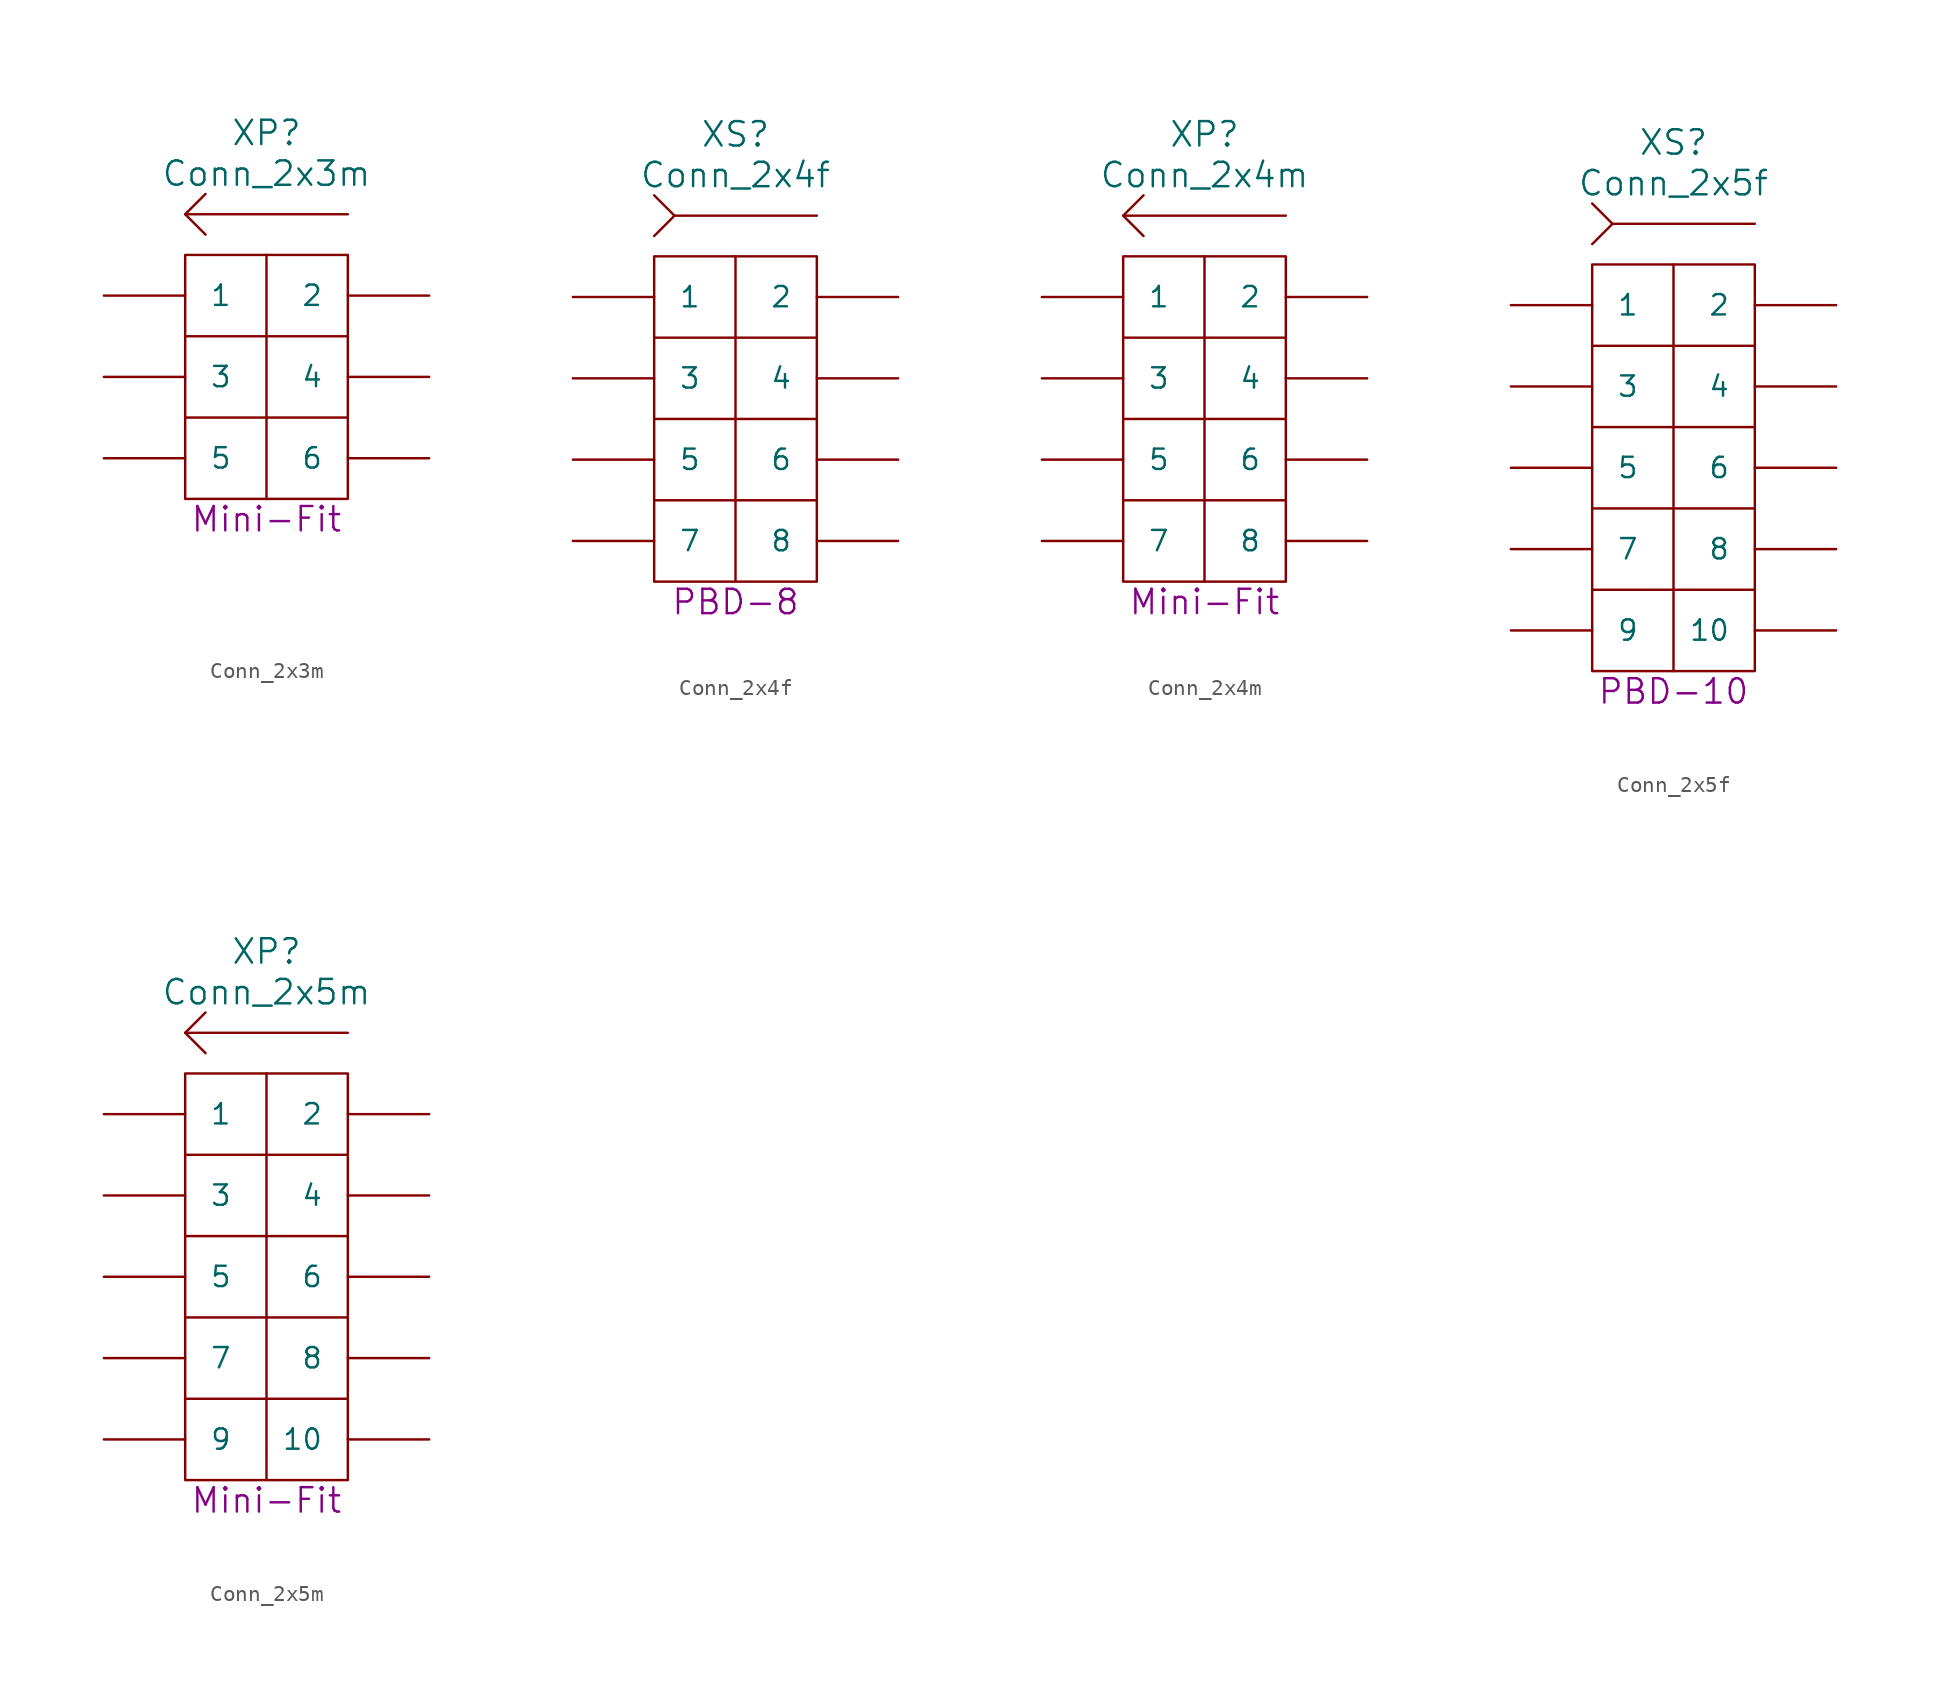
<source format=kicad_sym>
(kicad_symbol_lib
  (version 20220914)
  (generator kicad_symbol_editor)
  (symbol "Conn_2x3m"
    (pin_numbers hide)
    (pin_names
      (offset 1.524))
    (property "Reference" "XP"
      (at 0 15.24 0)
      (do_not_autoplace)
      (effects (font (size 1.524 1.524))))
    (property "Value" "Conn_2x3m"
      (at 0 12.7 0)
      (do_not_autoplace)
      (effects (font (size 1.524 1.524))))
    (property "Datasheet" ""
      (at 0 -13.97 0)
      (effects (font (size 1.524 1.524))))
    (property "Type" "Mini-Fit"
      (at 0 -8.89 0)
      (do_not_autoplace)
      (effects (font (size 1.524 1.524))))
    (symbol "Conn_2x3m_0_0"
      (polyline (pts (xy 5.08 -2.54) (xy -5.08 -2.54)) (stroke (width 0) (type solid)) (fill (type none)))
      (polyline (pts (xy 5.08 2.54) (xy -5.08 2.54)) (stroke (width 0) (type solid)) (fill (type none)))
      (rectangle (start 5.08 7.62) (end -5.08 -7.62) (stroke (width 0) (type solid)) (fill (type none))))
    (symbol "Conn_2x3m_0_1"
      (polyline (pts (xy 0 7.62) (xy 0 -7.62)) (stroke (width 0) (type solid)) (fill (type none)))
      (polyline (pts (xy 5.08 10.16) (xy -5.08 10.16)) (stroke (width 0) (type solid)) (fill (type none)))
      (polyline (pts (xy -3.81 8.89) (xy -5.08 10.16) (xy -3.81 11.43)) (stroke (width 0) (type solid)) (fill (type none))))
    (symbol "Conn_2x3m_1_1"
      (pin passive line (at -10.16 5.08 0) (length 5.08) (name "1" (effects (font (size 1.27 1.27)))) (number "1" (effects (font (size 1.27 1.27)))))
      (pin passive line (at 10.16 5.08 180) (length 5.08) (name "2" (effects (font (size 1.27 1.27)))) (number "2" (effects (font (size 1.27 1.27)))))
      (pin passive line (at -10.16 0 0) (length 5.08) (name "3" (effects (font (size 1.27 1.27)))) (number "3" (effects (font (size 1.27 1.27)))))
      (pin passive line (at 10.16 0 180) (length 5.08) (name "4" (effects (font (size 1.27 1.27)))) (number "4" (effects (font (size 1.27 1.27)))))
      (pin passive line (at -10.16 -5.08 0) (length 5.08) (name "5" (effects (font (size 1.27 1.27)))) (number "5" (effects (font (size 1.27 1.27)))))
      (pin passive line (at 10.16 -5.08 180) (length 5.08) (name "6" (effects (font (size 1.27 1.27)))) (number "6" (effects (font (size 1.27 1.27)))))))
  (symbol "Conn_2x4f"
    (pin_numbers hide)
    (pin_names
      (offset 1.524))
    (property "Reference" "XS"
      (at 0 17.78 0)
      (do_not_autoplace)
      (effects (font (size 1.524 1.524))))
    (property "Value" "Conn_2x4f"
      (at 0 15.24 0)
      (do_not_autoplace)
      (effects (font (size 1.524 1.524))))
    (property "Datasheet" ""
      (at 0 -11.43 0)
      (effects (font (size 1.524 1.524))))
    (property "Type" "PBD-8"
      (at 0 -11.43 0)
      (effects (font (size 1.524 1.524))))
    (symbol "Conn_2x4f_0_0"
      (polyline (pts (xy 5.08 -5.08) (xy -5.08 -5.08)) (stroke (width 0) (type solid)) (fill (type none)))
      (polyline (pts (xy 5.08 0) (xy -5.08 0)) (stroke (width 0) (type solid)) (fill (type none)))
      (polyline (pts (xy 5.08 5.08) (xy -5.08 5.08)) (stroke (width 0) (type solid)) (fill (type none)))
      (rectangle (start 5.08 10.16) (end -5.08 -10.16) (stroke (width 0) (type solid)) (fill (type none))))
    (symbol "Conn_2x4f_0_1"
      (polyline (pts (xy 0 10.16) (xy 0 -10.16)) (stroke (width 0) (type solid)) (fill (type none)))
      (polyline (pts (xy 5.08 12.7) (xy -3.81 12.7)) (stroke (width 0) (type solid)) (fill (type none)))
      (polyline (pts (xy -5.08 11.43) (xy -3.81 12.7) (xy -5.08 13.97)) (stroke (width 0) (type solid)) (fill (type none))))
    (symbol "Conn_2x4f_1_1"
      (pin passive line (at -10.16 7.62 0) (length 5.08) (name "1" (effects (font (size 1.27 1.27)))) (number "1" (effects (font (size 1.27 1.27)))))
      (pin passive line (at 10.16 7.62 180) (length 5.08) (name "2" (effects (font (size 1.27 1.27)))) (number "2" (effects (font (size 1.27 1.27)))))
      (pin passive line (at -10.16 2.54 0) (length 5.08) (name "3" (effects (font (size 1.27 1.27)))) (number "3" (effects (font (size 1.27 1.27)))))
      (pin passive line (at 10.16 2.54 180) (length 5.08) (name "4" (effects (font (size 1.27 1.27)))) (number "4" (effects (font (size 1.27 1.27)))))
      (pin passive line (at -10.16 -2.54 0) (length 5.08) (name "5" (effects (font (size 1.27 1.27)))) (number "5" (effects (font (size 1.27 1.27)))))
      (pin passive line (at 10.16 -2.54 180) (length 5.08) (name "6" (effects (font (size 1.27 1.27)))) (number "6" (effects (font (size 1.27 1.27)))))
      (pin passive line (at -10.16 -7.62 0) (length 5.08) (name "7" (effects (font (size 1.27 1.27)))) (number "7" (effects (font (size 1.27 1.27)))))
      (pin passive line (at 10.16 -7.62 180) (length 5.08) (name "8" (effects (font (size 1.27 1.27)))) (number "8" (effects (font (size 1.27 1.27)))))))
  (symbol "Conn_2x4m"
    (pin_numbers hide)
    (pin_names
      (offset 1.524))
    (property "Reference" "XP"
      (at 0 17.78 0)
      (do_not_autoplace)
      (effects (font (size 1.524 1.524))))
    (property "Value" "Conn_2x4m"
      (at 0 15.24 0)
      (do_not_autoplace)
      (effects (font (size 1.524 1.524))))
    (property "Datasheet" ""
      (at 0 -11.43 0)
      (effects (font (size 1.524 1.524))))
    (property "Type" "Mini-Fit"
      (at 0 -11.43 0)
      (do_not_autoplace)
      (effects (font (size 1.524 1.524))))
    (symbol "Conn_2x4m_0_0"
      (polyline (pts (xy 5.08 -5.08) (xy -5.08 -5.08)) (stroke (width 0) (type solid)) (fill (type none)))
      (polyline (pts (xy 5.08 0) (xy -5.08 0)) (stroke (width 0) (type solid)) (fill (type none)))
      (polyline (pts (xy 5.08 5.08) (xy -5.08 5.08)) (stroke (width 0) (type solid)) (fill (type none)))
      (rectangle (start 5.08 10.16) (end -5.08 -10.16) (stroke (width 0) (type solid)) (fill (type none))))
    (symbol "Conn_2x4m_0_1"
      (polyline (pts (xy 0 10.16) (xy 0 -10.16)) (stroke (width 0) (type solid)) (fill (type none)))
      (polyline (pts (xy 5.08 12.7) (xy -5.08 12.7)) (stroke (width 0) (type solid)) (fill (type none)))
      (polyline (pts (xy -3.81 11.43) (xy -5.08 12.7) (xy -3.81 13.97)) (stroke (width 0) (type solid)) (fill (type none))))
    (symbol "Conn_2x4m_1_1"
      (pin passive line (at -10.16 7.62 0) (length 5.08) (name "1" (effects (font (size 1.27 1.27)))) (number "1" (effects (font (size 1.27 1.27)))))
      (pin passive line (at 10.16 7.62 180) (length 5.08) (name "2" (effects (font (size 1.27 1.27)))) (number "2" (effects (font (size 1.27 1.27)))))
      (pin passive line (at -10.16 2.54 0) (length 5.08) (name "3" (effects (font (size 1.27 1.27)))) (number "3" (effects (font (size 1.27 1.27)))))
      (pin passive line (at 10.16 2.54 180) (length 5.08) (name "4" (effects (font (size 1.27 1.27)))) (number "4" (effects (font (size 1.27 1.27)))))
      (pin passive line (at -10.16 -2.54 0) (length 5.08) (name "5" (effects (font (size 1.27 1.27)))) (number "5" (effects (font (size 1.27 1.27)))))
      (pin passive line (at 10.16 -2.54 180) (length 5.08) (name "6" (effects (font (size 1.27 1.27)))) (number "6" (effects (font (size 1.27 1.27)))))
      (pin passive line (at -10.16 -7.62 0) (length 5.08) (name "7" (effects (font (size 1.27 1.27)))) (number "7" (effects (font (size 1.27 1.27)))))
      (pin passive line (at 10.16 -7.62 180) (length 5.08) (name "8" (effects (font (size 1.27 1.27)))) (number "8" (effects (font (size 1.27 1.27)))))))
  (symbol "Conn_2x5f"
    (pin_numbers hide)
    (pin_names
      (offset 1.524))
    (property "Reference" "XS"
      (at 0 20.32 0)
      (do_not_autoplace)
      (effects (font (size 1.524 1.524))))
    (property "Value" "Conn_2x5f"
      (at 0 17.78 0)
      (do_not_autoplace)
      (effects (font (size 1.524 1.524))))
    (property "Datasheet" ""
      (at 0 -13.97 0)
      (effects (font (size 1.524 1.524))))
    (property "Type" "PBD-10"
      (at 0 -13.97 0)
      (effects (font (size 1.524 1.524))))
    (symbol "Conn_2x5f_0_0"
      (polyline (pts (xy 5.08 -7.62) (xy -5.08 -7.62)) (stroke (width 0) (type solid)) (fill (type none)))
      (polyline (pts (xy 5.08 -2.54) (xy -5.08 -2.54)) (stroke (width 0) (type solid)) (fill (type none)))
      (polyline (pts (xy 5.08 2.54) (xy -5.08 2.54)) (stroke (width 0) (type solid)) (fill (type none)))
      (polyline (pts (xy 5.08 7.62) (xy -5.08 7.62)) (stroke (width 0) (type solid)) (fill (type none)))
      (rectangle (start 5.08 12.7) (end -5.08 -12.7) (stroke (width 0) (type solid)) (fill (type none))))
    (symbol "Conn_2x5f_0_1"
      (polyline (pts (xy 0 12.7) (xy 0 -12.7)) (stroke (width 0) (type solid)) (fill (type none)))
      (polyline (pts (xy 5.08 15.24) (xy -3.81 15.24)) (stroke (width 0) (type solid)) (fill (type none)))
      (polyline (pts (xy -5.08 13.97) (xy -3.81 15.24) (xy -5.08 16.51)) (stroke (width 0) (type solid)) (fill (type none))))
    (symbol "Conn_2x5f_1_1"
      (pin passive line (at -10.16 10.16 0) (length 5.08) (name "1" (effects (font (size 1.27 1.27)))) (number "1" (effects (font (size 1.27 1.27)))))
      (pin passive line (at 10.16 -10.16 180) (length 5.08) (name "10" (effects (font (size 1.27 1.27)))) (number "10" (effects (font (size 1.27 1.27)))))
      (pin passive line (at 10.16 10.16 180) (length 5.08) (name "2" (effects (font (size 1.27 1.27)))) (number "2" (effects (font (size 1.27 1.27)))))
      (pin passive line (at -10.16 5.08 0) (length 5.08) (name "3" (effects (font (size 1.27 1.27)))) (number "3" (effects (font (size 1.27 1.27)))))
      (pin passive line (at 10.16 5.08 180) (length 5.08) (name "4" (effects (font (size 1.27 1.27)))) (number "4" (effects (font (size 1.27 1.27)))))
      (pin passive line (at -10.16 0 0) (length 5.08) (name "5" (effects (font (size 1.27 1.27)))) (number "5" (effects (font (size 1.27 1.27)))))
      (pin passive line (at 10.16 0 180) (length 5.08) (name "6" (effects (font (size 1.27 1.27)))) (number "6" (effects (font (size 1.27 1.27)))))
      (pin passive line (at -10.16 -5.08 0) (length 5.08) (name "7" (effects (font (size 1.27 1.27)))) (number "7" (effects (font (size 1.27 1.27)))))
      (pin passive line (at 10.16 -5.08 180) (length 5.08) (name "8" (effects (font (size 1.27 1.27)))) (number "8" (effects (font (size 1.27 1.27)))))
      (pin passive line (at -10.16 -10.16 0) (length 5.08) (name "9" (effects (font (size 1.27 1.27)))) (number "9" (effects (font (size 1.27 1.27)))))))
  (symbol "Conn_2x5m"
    (pin_numbers hide)
    (pin_names
      (offset 1.524))
    (property "Reference" "XP"
      (at 0 20.32 0)
      (do_not_autoplace)
      (effects (font (size 1.524 1.524))))
    (property "Value" "Conn_2x5m"
      (at 0 17.78 0)
      (do_not_autoplace)
      (effects (font (size 1.524 1.524))))
    (property "Datasheet" ""
      (at 0 -8.89 0)
      (effects (font (size 1.524 1.524))))
    (property "Type" "Mini-Fit"
      (at 0 -13.97 0)
      (do_not_autoplace)
      (effects (font (size 1.524 1.524))))
    (symbol "Conn_2x5m_0_0"
      (polyline (pts (xy 5.08 -7.62) (xy -5.08 -7.62)) (stroke (width 0) (type solid)) (fill (type none)))
      (polyline (pts (xy 5.08 -2.54) (xy -5.08 -2.54)) (stroke (width 0) (type solid)) (fill (type none)))
      (polyline (pts (xy 5.08 2.54) (xy -5.08 2.54)) (stroke (width 0) (type solid)) (fill (type none)))
      (polyline (pts (xy 5.08 7.62) (xy -5.08 7.62)) (stroke (width 0) (type solid)) (fill (type none)))
      (rectangle (start 5.08 12.7) (end -5.08 -12.7) (stroke (width 0) (type solid)) (fill (type none))))
    (symbol "Conn_2x5m_0_1"
      (polyline (pts (xy 0 12.7) (xy 0 -12.7)) (stroke (width 0) (type solid)) (fill (type none)))
      (polyline (pts (xy 5.08 15.24) (xy -5.08 15.24)) (stroke (width 0) (type solid)) (fill (type none)))
      (polyline (pts (xy -3.81 13.97) (xy -5.08 15.24) (xy -3.81 16.51)) (stroke (width 0) (type solid)) (fill (type none))))
    (symbol "Conn_2x5m_1_1"
      (pin passive line (at -10.16 10.16 0) (length 5.08) (name "1" (effects (font (size 1.27 1.27)))) (number "1" (effects (font (size 1.27 1.27)))))
      (pin passive line (at 10.16 -10.16 180) (length 5.08) (name "10" (effects (font (size 1.27 1.27)))) (number "10" (effects (font (size 1.27 1.27)))))
      (pin passive line (at 10.16 10.16 180) (length 5.08) (name "2" (effects (font (size 1.27 1.27)))) (number "2" (effects (font (size 1.27 1.27)))))
      (pin passive line (at -10.16 5.08 0) (length 5.08) (name "3" (effects (font (size 1.27 1.27)))) (number "3" (effects (font (size 1.27 1.27)))))
      (pin passive line (at 10.16 5.08 180) (length 5.08) (name "4" (effects (font (size 1.27 1.27)))) (number "4" (effects (font (size 1.27 1.27)))))
      (pin passive line (at -10.16 0 0) (length 5.08) (name "5" (effects (font (size 1.27 1.27)))) (number "5" (effects (font (size 1.27 1.27)))))
      (pin passive line (at 10.16 0 180) (length 5.08) (name "6" (effects (font (size 1.27 1.27)))) (number "6" (effects (font (size 1.27 1.27)))))
      (pin passive line (at -10.16 -5.08 0) (length 5.08) (name "7" (effects (font (size 1.27 1.27)))) (number "7" (effects (font (size 1.27 1.27)))))
      (pin passive line (at 10.16 -5.08 180) (length 5.08) (name "8" (effects (font (size 1.27 1.27)))) (number "8" (effects (font (size 1.27 1.27)))))
      (pin passive line (at -10.16 -10.16 0) (length 5.08) (name "9" (effects (font (size 1.27 1.27)))) (number "9" (effects (font (size 1.27 1.27))))))))
</source>
